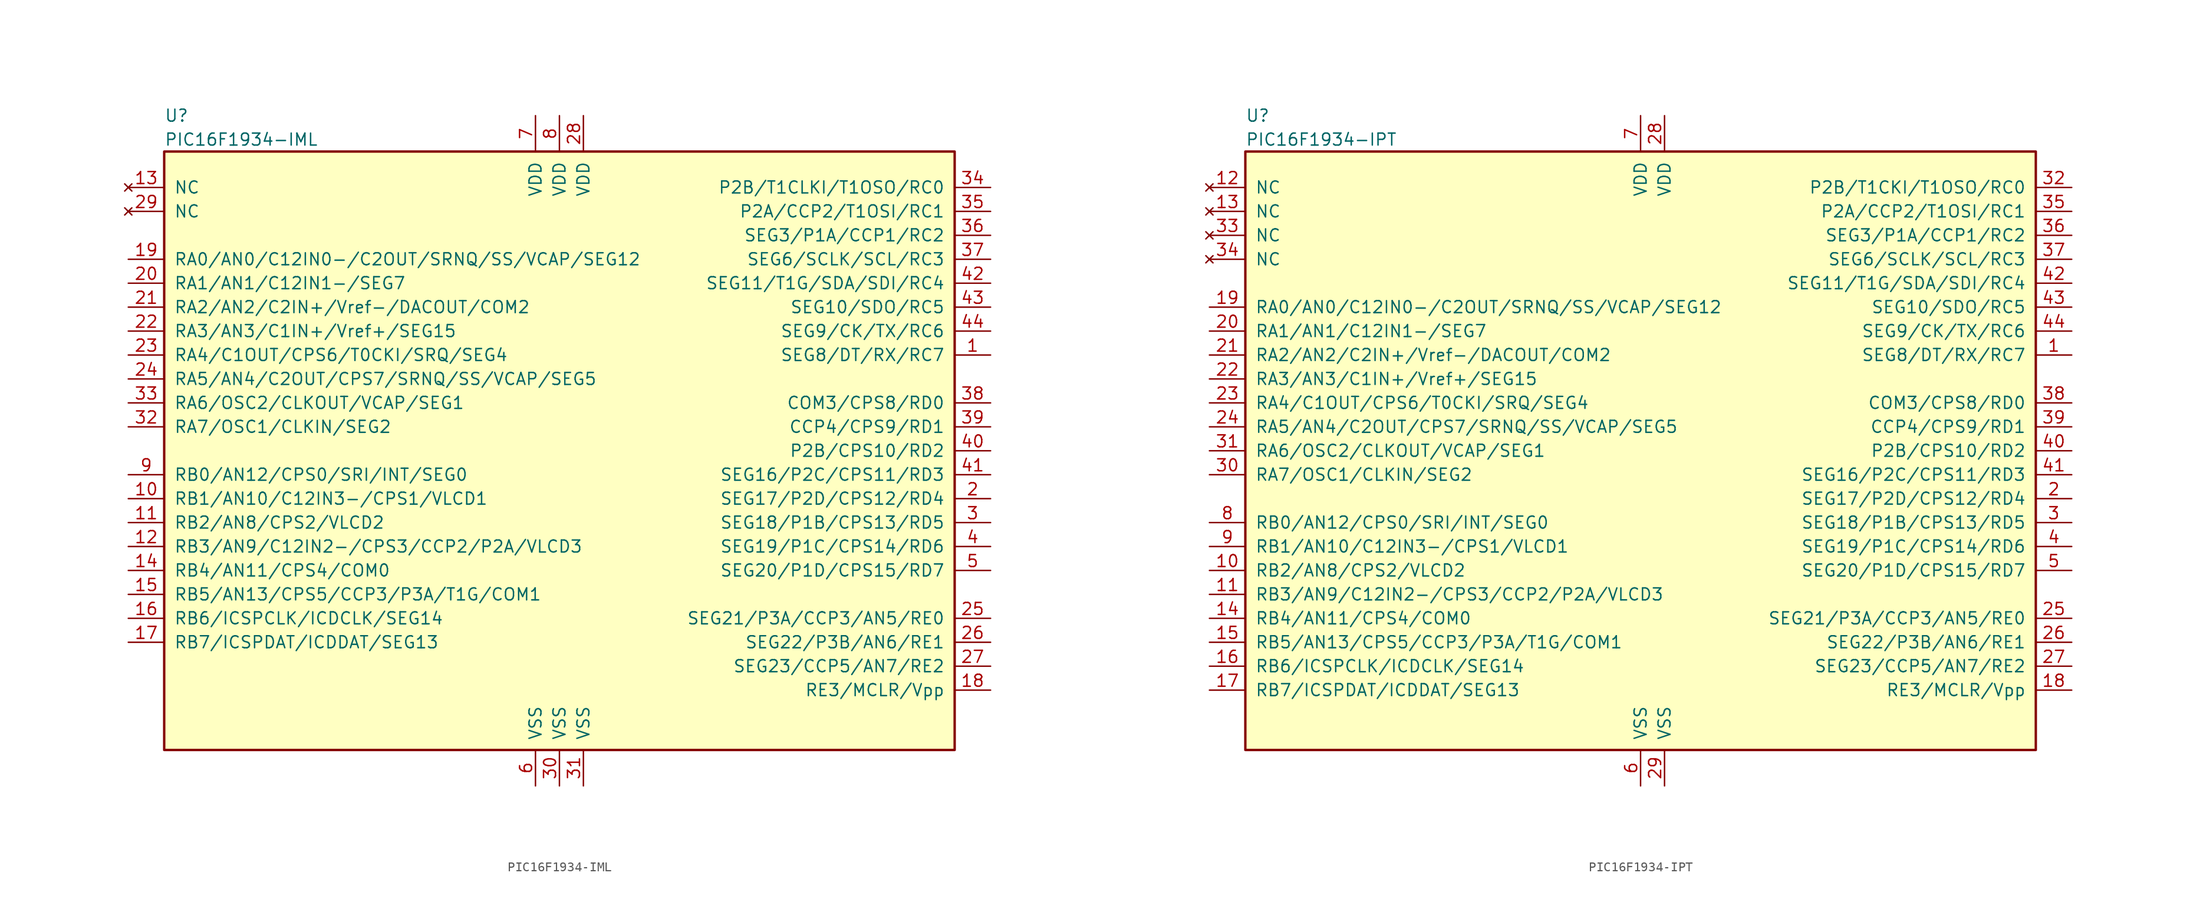
<source format=kicad_sym>
(kicad_symbol_lib
  (version 20201005)
  (generator kicad_symbol_editor)
  (symbol "MCU_Microchip_PIC16:PIC16F1934-IML"
    (pin_names
      (offset 1.016))
    (property "Reference" "U"
      (at -41.91 35.56 0)
      (effects (font (size 1.27 1.27)) (justify left)))
    (property "Value" "PIC16F1934-IML"
      (at -41.91 33.02 0)
      (effects (font (size 1.27 1.27)) (justify left)))
    (symbol "PIC16F1934-IML_0_1"
      (rectangle (start -41.91 31.75) (end 41.91 -31.75) (stroke (width 0.254)) (fill (type background))))
    (symbol "PIC16F1934-IML_1_1"
      (pin bidirectional line (at 45.72 10.16 180) (length 3.81) (name "SEG8/DT/RX/RC7" (effects (font (size 1.27 1.27)))) (number "1" (effects (font (size 1.27 1.27)))))
      (pin bidirectional line (at -45.72 -5.08 0) (length 3.81) (name "RB1/AN10/C12IN3-/CPS1/VLCD1" (effects (font (size 1.27 1.27)))) (number "10" (effects (font (size 1.27 1.27)))))
      (pin bidirectional line (at -45.72 -7.62 0) (length 3.81) (name "RB2/AN8/CPS2/VLCD2" (effects (font (size 1.27 1.27)))) (number "11" (effects (font (size 1.27 1.27)))))
      (pin bidirectional line (at -45.72 -10.16 0) (length 3.81) (name "RB3/AN9/C12IN2-/CPS3/CCP2/P2A/VLCD3" (effects (font (size 1.27 1.27)))) (number "12" (effects (font (size 1.27 1.27)))))
      (pin no_connect line (at -45.72 27.94 0) (length 3.81) (name "NC" (effects (font (size 1.27 1.27)))) (number "13" (effects (font (size 1.27 1.27)))))
      (pin bidirectional line (at -45.72 -12.7 0) (length 3.81) (name "RB4/AN11/CPS4/COM0" (effects (font (size 1.27 1.27)))) (number "14" (effects (font (size 1.27 1.27)))))
      (pin bidirectional line (at -45.72 -15.24 0) (length 3.81) (name "RB5/AN13/CPS5/CCP3/P3A/T1G/COM1" (effects (font (size 1.27 1.27)))) (number "15" (effects (font (size 1.27 1.27)))))
      (pin bidirectional line (at -45.72 -17.78 0) (length 3.81) (name "RB6/ICSPCLK/ICDCLK/SEG14" (effects (font (size 1.27 1.27)))) (number "16" (effects (font (size 1.27 1.27)))))
      (pin bidirectional line (at -45.72 -20.32 0) (length 3.81) (name "RB7/ICSPDAT/ICDDAT/SEG13" (effects (font (size 1.27 1.27)))) (number "17" (effects (font (size 1.27 1.27)))))
      (pin bidirectional line (at 45.72 -25.4 180) (length 3.81) (name "RE3/MCLR/Vpp" (effects (font (size 1.27 1.27)))) (number "18" (effects (font (size 1.27 1.27)))))
      (pin bidirectional line (at -45.72 20.32 0) (length 3.81) (name "RA0/AN0/C12IN0-/C2OUT/SRNQ/SS/VCAP/SEG12" (effects (font (size 1.27 1.27)))) (number "19" (effects (font (size 1.27 1.27)))))
      (pin bidirectional line (at 45.72 -5.08 180) (length 3.81) (name "SEG17/P2D/CPS12/RD4" (effects (font (size 1.27 1.27)))) (number "2" (effects (font (size 1.27 1.27)))))
      (pin bidirectional line (at -45.72 17.78 0) (length 3.81) (name "RA1/AN1/C12IN1-/SEG7" (effects (font (size 1.27 1.27)))) (number "20" (effects (font (size 1.27 1.27)))))
      (pin bidirectional line (at -45.72 15.24 0) (length 3.81) (name "RA2/AN2/C2IN+/Vref-/DACOUT/COM2" (effects (font (size 1.27 1.27)))) (number "21" (effects (font (size 1.27 1.27)))))
      (pin bidirectional line (at -45.72 12.7 0) (length 3.81) (name "RA3/AN3/C1IN+/Vref+/SEG15" (effects (font (size 1.27 1.27)))) (number "22" (effects (font (size 1.27 1.27)))))
      (pin bidirectional line (at -45.72 10.16 0) (length 3.81) (name "RA4/C1OUT/CPS6/T0CKI/SRQ/SEG4" (effects (font (size 1.27 1.27)))) (number "23" (effects (font (size 1.27 1.27)))))
      (pin bidirectional line (at -45.72 7.62 0) (length 3.81) (name "RA5/AN4/C2OUT/CPS7/SRNQ/SS/VCAP/SEG5" (effects (font (size 1.27 1.27)))) (number "24" (effects (font (size 1.27 1.27)))))
      (pin bidirectional line (at 45.72 -17.78 180) (length 3.81) (name "SEG21/P3A/CCP3/AN5/RE0" (effects (font (size 1.27 1.27)))) (number "25" (effects (font (size 1.27 1.27)))))
      (pin bidirectional line (at 45.72 -20.32 180) (length 3.81) (name "SEG22/P3B/AN6/RE1" (effects (font (size 1.27 1.27)))) (number "26" (effects (font (size 1.27 1.27)))))
      (pin bidirectional line (at 45.72 -22.86 180) (length 3.81) (name "SEG23/CCP5/AN7/RE2" (effects (font (size 1.27 1.27)))) (number "27" (effects (font (size 1.27 1.27)))))
      (pin power_in line (at 2.54 35.56 270) (length 3.81) (name "VDD" (effects (font (size 1.27 1.27)))) (number "28" (effects (font (size 1.27 1.27)))))
      (pin no_connect line (at -45.72 25.4 0) (length 3.81) (name "NC" (effects (font (size 1.27 1.27)))) (number "29" (effects (font (size 1.27 1.27)))))
      (pin bidirectional line (at 45.72 -7.62 180) (length 3.81) (name "SEG18/P1B/CPS13/RD5" (effects (font (size 1.27 1.27)))) (number "3" (effects (font (size 1.27 1.27)))))
      (pin power_in line (at 0 -35.56 90) (length 3.81) (name "VSS" (effects (font (size 1.27 1.27)))) (number "30" (effects (font (size 1.27 1.27)))))
      (pin power_in line (at 2.54 -35.56 90) (length 3.81) (name "VSS" (effects (font (size 1.27 1.27)))) (number "31" (effects (font (size 1.27 1.27)))))
      (pin bidirectional line (at -45.72 2.54 0) (length 3.81) (name "RA7/OSC1/CLKIN/SEG2" (effects (font (size 1.27 1.27)))) (number "32" (effects (font (size 1.27 1.27)))))
      (pin bidirectional line (at -45.72 5.08 0) (length 3.81) (name "RA6/OSC2/CLKOUT/VCAP/SEG1" (effects (font (size 1.27 1.27)))) (number "33" (effects (font (size 1.27 1.27)))))
      (pin bidirectional line (at 45.72 27.94 180) (length 3.81) (name "P2B/T1CLKI/T1OSO/RC0" (effects (font (size 1.27 1.27)))) (number "34" (effects (font (size 1.27 1.27)))))
      (pin bidirectional line (at 45.72 25.4 180) (length 3.81) (name "P2A/CCP2/T1OSI/RC1" (effects (font (size 1.27 1.27)))) (number "35" (effects (font (size 1.27 1.27)))))
      (pin bidirectional line (at 45.72 22.86 180) (length 3.81) (name "SEG3/P1A/CCP1/RC2" (effects (font (size 1.27 1.27)))) (number "36" (effects (font (size 1.27 1.27)))))
      (pin bidirectional line (at 45.72 20.32 180) (length 3.81) (name "SEG6/SCLK/SCL/RC3" (effects (font (size 1.27 1.27)))) (number "37" (effects (font (size 1.27 1.27)))))
      (pin bidirectional line (at 45.72 5.08 180) (length 3.81) (name "COM3/CPS8/RD0" (effects (font (size 1.27 1.27)))) (number "38" (effects (font (size 1.27 1.27)))))
      (pin bidirectional line (at 45.72 2.54 180) (length 3.81) (name "CCP4/CPS9/RD1" (effects (font (size 1.27 1.27)))) (number "39" (effects (font (size 1.27 1.27)))))
      (pin bidirectional line (at 45.72 -10.16 180) (length 3.81) (name "SEG19/P1C/CPS14/RD6" (effects (font (size 1.27 1.27)))) (number "4" (effects (font (size 1.27 1.27)))))
      (pin bidirectional line (at 45.72 0 180) (length 3.81) (name "P2B/CPS10/RD2" (effects (font (size 1.27 1.27)))) (number "40" (effects (font (size 1.27 1.27)))))
      (pin bidirectional line (at 45.72 -2.54 180) (length 3.81) (name "SEG16/P2C/CPS11/RD3" (effects (font (size 1.27 1.27)))) (number "41" (effects (font (size 1.27 1.27)))))
      (pin bidirectional line (at 45.72 17.78 180) (length 3.81) (name "SEG11/T1G/SDA/SDI/RC4" (effects (font (size 1.27 1.27)))) (number "42" (effects (font (size 1.27 1.27)))))
      (pin bidirectional line (at 45.72 15.24 180) (length 3.81) (name "SEG10/SDO/RC5" (effects (font (size 1.27 1.27)))) (number "43" (effects (font (size 1.27 1.27)))))
      (pin bidirectional line (at 45.72 12.7 180) (length 3.81) (name "SEG9/CK/TX/RC6" (effects (font (size 1.27 1.27)))) (number "44" (effects (font (size 1.27 1.27)))))
      (pin bidirectional line (at 45.72 -12.7 180) (length 3.81) (name "SEG20/P1D/CPS15/RD7" (effects (font (size 1.27 1.27)))) (number "5" (effects (font (size 1.27 1.27)))))
      (pin bidirectional line (at -2.54 -35.56 90) (length 3.81) (name "VSS" (effects (font (size 1.27 1.27)))) (number "6" (effects (font (size 1.27 1.27)))))
      (pin bidirectional line (at -2.54 35.56 270) (length 3.81) (name "VDD" (effects (font (size 1.27 1.27)))) (number "7" (effects (font (size 1.27 1.27)))))
      (pin bidirectional line (at 0 35.56 270) (length 3.81) (name "VDD" (effects (font (size 1.27 1.27)))) (number "8" (effects (font (size 1.27 1.27)))))
      (pin bidirectional line (at -45.72 -2.54 0) (length 3.81) (name "RB0/AN12/CPS0/SRI/INT/SEG0" (effects (font (size 1.27 1.27)))) (number "9" (effects (font (size 1.27 1.27)))))))
  (symbol "MCU_Microchip_PIC16:PIC16F1934-IPT"
    (pin_names
      (offset 1.016))
    (property "Reference" "U"
      (at -41.91 35.56 0)
      (effects (font (size 1.27 1.27)) (justify left)))
    (property "Value" "PIC16F1934-IPT"
      (at -41.91 33.02 0)
      (effects (font (size 1.27 1.27)) (justify left)))
    (symbol "PIC16F1934-IPT_0_1"
      (rectangle (start -41.91 31.75) (end 41.91 -31.75) (stroke (width 0.254)) (fill (type background))))
    (symbol "PIC16F1934-IPT_1_1"
      (pin bidirectional line (at 45.72 10.16 180) (length 3.81) (name "SEG8/DT/RX/RC7" (effects (font (size 1.27 1.27)))) (number "1" (effects (font (size 1.27 1.27)))))
      (pin bidirectional line (at -45.72 -12.7 0) (length 3.81) (name "RB2/AN8/CPS2/VLCD2" (effects (font (size 1.27 1.27)))) (number "10" (effects (font (size 1.27 1.27)))))
      (pin bidirectional line (at -45.72 -15.24 0) (length 3.81) (name "RB3/AN9/C12IN2-/CPS3/CCP2/P2A/VLCD3" (effects (font (size 1.27 1.27)))) (number "11" (effects (font (size 1.27 1.27)))))
      (pin no_connect line (at -45.72 27.94 0) (length 3.81) (name "NC" (effects (font (size 1.27 1.27)))) (number "12" (effects (font (size 1.27 1.27)))))
      (pin no_connect line (at -45.72 25.4 0) (length 3.81) (name "NC" (effects (font (size 1.27 1.27)))) (number "13" (effects (font (size 1.27 1.27)))))
      (pin bidirectional line (at -45.72 -17.78 0) (length 3.81) (name "RB4/AN11/CPS4/COM0" (effects (font (size 1.27 1.27)))) (number "14" (effects (font (size 1.27 1.27)))))
      (pin bidirectional line (at -45.72 -20.32 0) (length 3.81) (name "RB5/AN13/CPS5/CCP3/P3A/T1G/COM1" (effects (font (size 1.27 1.27)))) (number "15" (effects (font (size 1.27 1.27)))))
      (pin bidirectional line (at -45.72 -22.86 0) (length 3.81) (name "RB6/ICSPCLK/ICDCLK/SEG14" (effects (font (size 1.27 1.27)))) (number "16" (effects (font (size 1.27 1.27)))))
      (pin bidirectional line (at -45.72 -25.4 0) (length 3.81) (name "RB7/ICSPDAT/ICDDAT/SEG13" (effects (font (size 1.27 1.27)))) (number "17" (effects (font (size 1.27 1.27)))))
      (pin bidirectional line (at 45.72 -25.4 180) (length 3.81) (name "RE3/MCLR/Vpp" (effects (font (size 1.27 1.27)))) (number "18" (effects (font (size 1.27 1.27)))))
      (pin bidirectional line (at -45.72 15.24 0) (length 3.81) (name "RA0/AN0/C12IN0-/C2OUT/SRNQ/SS/VCAP/SEG12" (effects (font (size 1.27 1.27)))) (number "19" (effects (font (size 1.27 1.27)))))
      (pin bidirectional line (at 45.72 -5.08 180) (length 3.81) (name "SEG17/P2D/CPS12/RD4" (effects (font (size 1.27 1.27)))) (number "2" (effects (font (size 1.27 1.27)))))
      (pin bidirectional line (at -45.72 12.7 0) (length 3.81) (name "RA1/AN1/C12IN1-/SEG7" (effects (font (size 1.27 1.27)))) (number "20" (effects (font (size 1.27 1.27)))))
      (pin bidirectional line (at -45.72 10.16 0) (length 3.81) (name "RA2/AN2/C2IN+/Vref-/DACOUT/COM2" (effects (font (size 1.27 1.27)))) (number "21" (effects (font (size 1.27 1.27)))))
      (pin bidirectional line (at -45.72 7.62 0) (length 3.81) (name "RA3/AN3/C1IN+/Vref+/SEG15" (effects (font (size 1.27 1.27)))) (number "22" (effects (font (size 1.27 1.27)))))
      (pin bidirectional line (at -45.72 5.08 0) (length 3.81) (name "RA4/C1OUT/CPS6/T0CKI/SRQ/SEG4" (effects (font (size 1.27 1.27)))) (number "23" (effects (font (size 1.27 1.27)))))
      (pin bidirectional line (at -45.72 2.54 0) (length 3.81) (name "RA5/AN4/C2OUT/CPS7/SRNQ/SS/VCAP/SEG5" (effects (font (size 1.27 1.27)))) (number "24" (effects (font (size 1.27 1.27)))))
      (pin bidirectional line (at 45.72 -17.78 180) (length 3.81) (name "SEG21/P3A/CCP3/AN5/RE0" (effects (font (size 1.27 1.27)))) (number "25" (effects (font (size 1.27 1.27)))))
      (pin bidirectional line (at 45.72 -20.32 180) (length 3.81) (name "SEG22/P3B/AN6/RE1" (effects (font (size 1.27 1.27)))) (number "26" (effects (font (size 1.27 1.27)))))
      (pin bidirectional line (at 45.72 -22.86 180) (length 3.81) (name "SEG23/CCP5/AN7/RE2" (effects (font (size 1.27 1.27)))) (number "27" (effects (font (size 1.27 1.27)))))
      (pin power_in line (at 2.54 35.56 270) (length 3.81) (name "VDD" (effects (font (size 1.27 1.27)))) (number "28" (effects (font (size 1.27 1.27)))))
      (pin power_in line (at 2.54 -35.56 90) (length 3.81) (name "VSS" (effects (font (size 1.27 1.27)))) (number "29" (effects (font (size 1.27 1.27)))))
      (pin bidirectional line (at 45.72 -7.62 180) (length 3.81) (name "SEG18/P1B/CPS13/RD5" (effects (font (size 1.27 1.27)))) (number "3" (effects (font (size 1.27 1.27)))))
      (pin bidirectional line (at -45.72 -2.54 0) (length 3.81) (name "RA7/OSC1/CLKIN/SEG2" (effects (font (size 1.27 1.27)))) (number "30" (effects (font (size 1.27 1.27)))))
      (pin bidirectional line (at -45.72 0 0) (length 3.81) (name "RA6/OSC2/CLKOUT/VCAP/SEG1" (effects (font (size 1.27 1.27)))) (number "31" (effects (font (size 1.27 1.27)))))
      (pin bidirectional line (at 45.72 27.94 180) (length 3.81) (name "P2B/T1CKI/T1OSO/RC0" (effects (font (size 1.27 1.27)))) (number "32" (effects (font (size 1.27 1.27)))))
      (pin no_connect line (at -45.72 22.86 0) (length 3.81) (name "NC" (effects (font (size 1.27 1.27)))) (number "33" (effects (font (size 1.27 1.27)))))
      (pin no_connect line (at -45.72 20.32 0) (length 3.81) (name "NC" (effects (font (size 1.27 1.27)))) (number "34" (effects (font (size 1.27 1.27)))))
      (pin bidirectional line (at 45.72 25.4 180) (length 3.81) (name "P2A/CCP2/T1OSI/RC1" (effects (font (size 1.27 1.27)))) (number "35" (effects (font (size 1.27 1.27)))))
      (pin bidirectional line (at 45.72 22.86 180) (length 3.81) (name "SEG3/P1A/CCP1/RC2" (effects (font (size 1.27 1.27)))) (number "36" (effects (font (size 1.27 1.27)))))
      (pin bidirectional line (at 45.72 20.32 180) (length 3.81) (name "SEG6/SCLK/SCL/RC3" (effects (font (size 1.27 1.27)))) (number "37" (effects (font (size 1.27 1.27)))))
      (pin bidirectional line (at 45.72 5.08 180) (length 3.81) (name "COM3/CPS8/RD0" (effects (font (size 1.27 1.27)))) (number "38" (effects (font (size 1.27 1.27)))))
      (pin bidirectional line (at 45.72 2.54 180) (length 3.81) (name "CCP4/CPS9/RD1" (effects (font (size 1.27 1.27)))) (number "39" (effects (font (size 1.27 1.27)))))
      (pin bidirectional line (at 45.72 -10.16 180) (length 3.81) (name "SEG19/P1C/CPS14/RD6" (effects (font (size 1.27 1.27)))) (number "4" (effects (font (size 1.27 1.27)))))
      (pin bidirectional line (at 45.72 0 180) (length 3.81) (name "P2B/CPS10/RD2" (effects (font (size 1.27 1.27)))) (number "40" (effects (font (size 1.27 1.27)))))
      (pin bidirectional line (at 45.72 -2.54 180) (length 3.81) (name "SEG16/P2C/CPS11/RD3" (effects (font (size 1.27 1.27)))) (number "41" (effects (font (size 1.27 1.27)))))
      (pin bidirectional line (at 45.72 17.78 180) (length 3.81) (name "SEG11/T1G/SDA/SDI/RC4" (effects (font (size 1.27 1.27)))) (number "42" (effects (font (size 1.27 1.27)))))
      (pin bidirectional line (at 45.72 15.24 180) (length 3.81) (name "SEG10/SDO/RC5" (effects (font (size 1.27 1.27)))) (number "43" (effects (font (size 1.27 1.27)))))
      (pin bidirectional line (at 45.72 12.7 180) (length 3.81) (name "SEG9/CK/TX/RC6" (effects (font (size 1.27 1.27)))) (number "44" (effects (font (size 1.27 1.27)))))
      (pin bidirectional line (at 45.72 -12.7 180) (length 3.81) (name "SEG20/P1D/CPS15/RD7" (effects (font (size 1.27 1.27)))) (number "5" (effects (font (size 1.27 1.27)))))
      (pin bidirectional line (at 0 -35.56 90) (length 3.81) (name "VSS" (effects (font (size 1.27 1.27)))) (number "6" (effects (font (size 1.27 1.27)))))
      (pin bidirectional line (at 0 35.56 270) (length 3.81) (name "VDD" (effects (font (size 1.27 1.27)))) (number "7" (effects (font (size 1.27 1.27)))))
      (pin bidirectional line (at -45.72 -7.62 0) (length 3.81) (name "RB0/AN12/CPS0/SRI/INT/SEG0" (effects (font (size 1.27 1.27)))) (number "8" (effects (font (size 1.27 1.27)))))
      (pin bidirectional line (at -45.72 -10.16 0) (length 3.81) (name "RB1/AN10/C12IN3-/CPS1/VLCD1" (effects (font (size 1.27 1.27)))) (number "9" (effects (font (size 1.27 1.27))))))))
</source>
